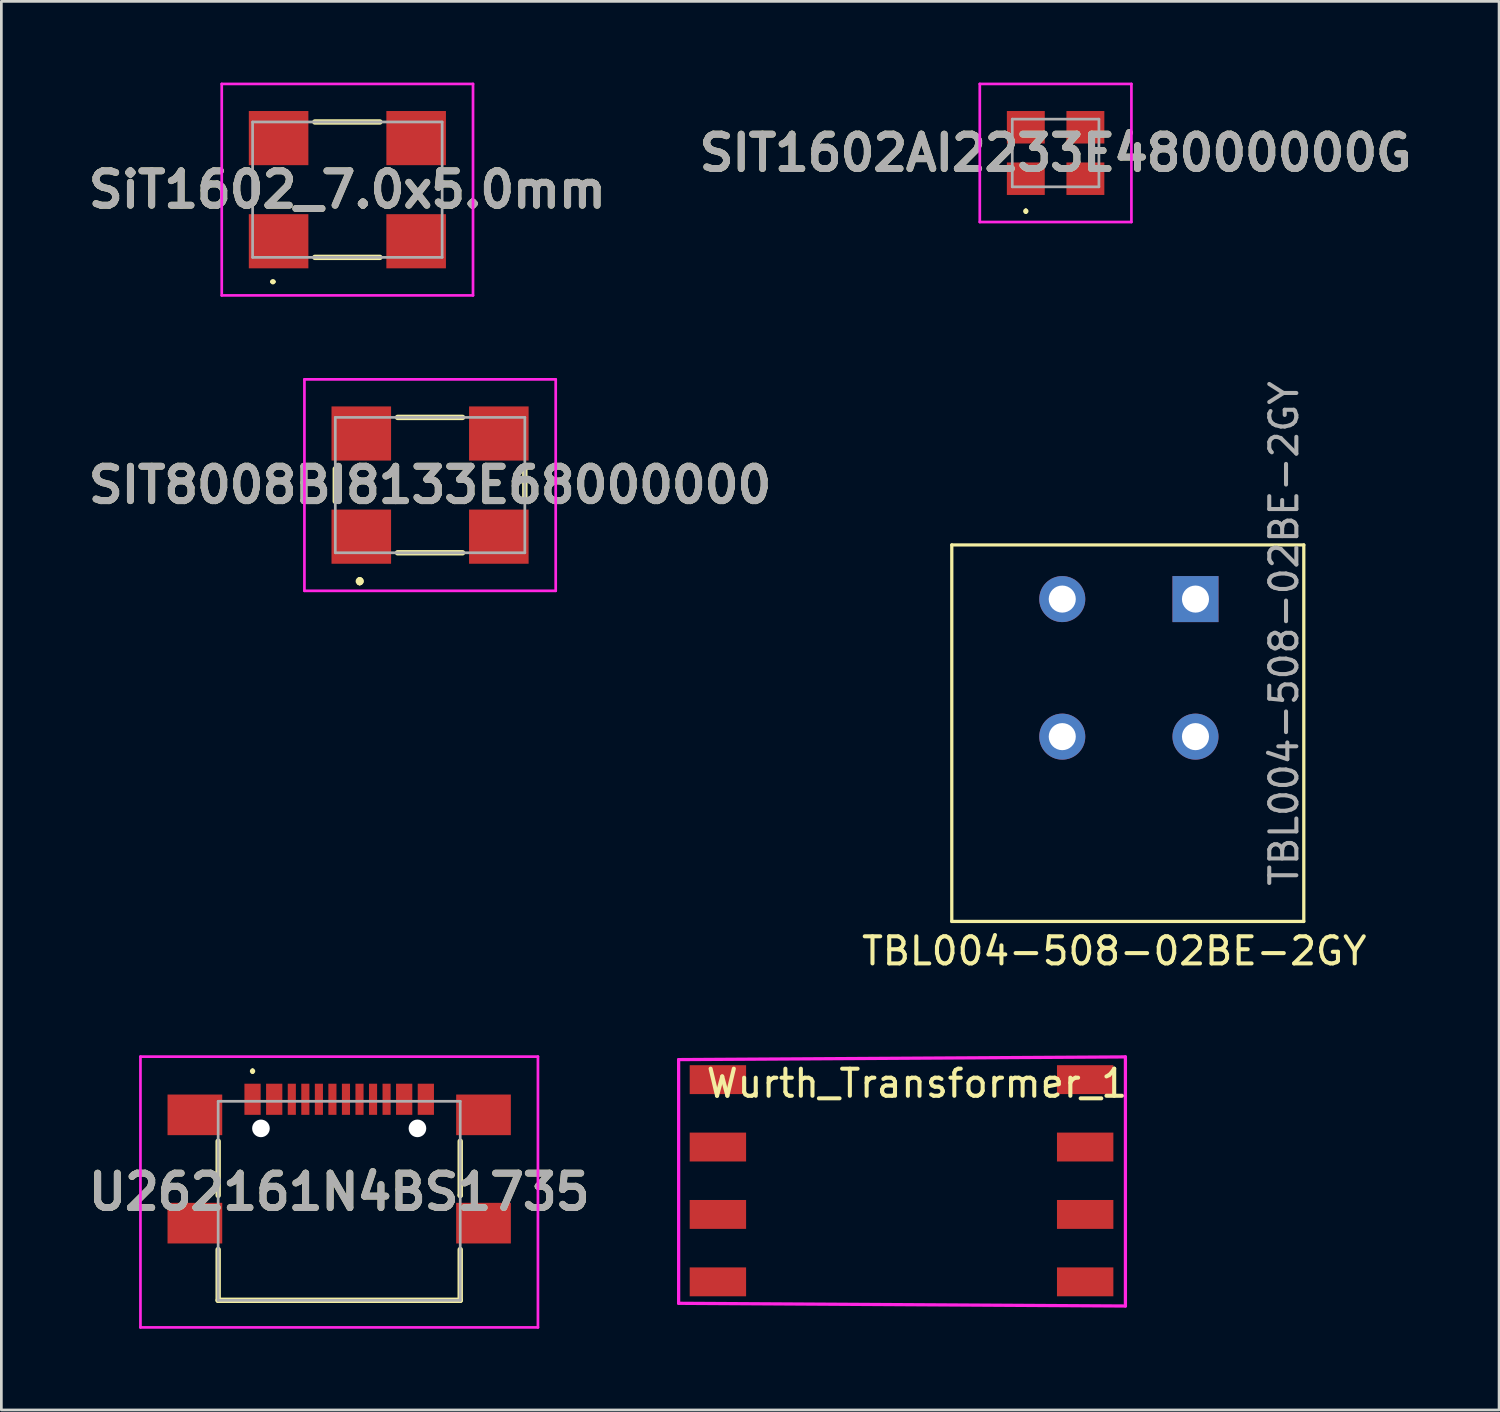
<source format=kicad_pcb>
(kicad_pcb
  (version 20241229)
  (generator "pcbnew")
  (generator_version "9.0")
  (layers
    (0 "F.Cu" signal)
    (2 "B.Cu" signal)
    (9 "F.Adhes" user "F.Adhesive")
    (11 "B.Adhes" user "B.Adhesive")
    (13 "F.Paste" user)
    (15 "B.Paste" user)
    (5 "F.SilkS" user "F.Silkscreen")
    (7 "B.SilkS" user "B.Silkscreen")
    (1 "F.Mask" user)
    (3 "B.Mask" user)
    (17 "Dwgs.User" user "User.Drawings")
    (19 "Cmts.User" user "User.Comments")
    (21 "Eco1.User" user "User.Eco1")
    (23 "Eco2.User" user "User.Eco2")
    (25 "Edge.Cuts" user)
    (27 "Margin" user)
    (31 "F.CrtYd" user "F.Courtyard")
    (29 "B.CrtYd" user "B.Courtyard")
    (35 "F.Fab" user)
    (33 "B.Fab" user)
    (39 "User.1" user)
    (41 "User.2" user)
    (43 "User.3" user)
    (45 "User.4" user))
  (footprint "TBL004-508-02BE-2GY"
    (layer "F.Cu")
    (at 36.101 19.075)
    (property "Reference" "TBL004-508-02BE-2GY" (at 2 13 0) (layer "F.SilkS") (effects (font (size 1 1) (thickness 0.15))))
    (attr through_hole)
    (fp_line (start -4 -2) (end 9 -2) (stroke (width 0.12) (type solid)) (layer "F.SilkS"))
    (fp_line (start -4 11.905) (end -4 -2) (stroke (width 0.12) (type solid)) (layer "F.SilkS"))
    (fp_line (start 9 -2) (end 9 11.905) (stroke (width 0.12) (type solid)) (layer "F.SilkS"))
    (fp_line (start 9 11.905) (end -4 11.905) (stroke (width 0.12) (type solid)) (layer "F.SilkS"))
    (fp_text user "${REFERENCE}" (at 8.27 1.27 90) (layer "F.Fab") (effects (font (size 1 1) (thickness 0.15))))
    (pad "1" thru_hole rect (at 5 0) (size 1.7 1.7) (drill 1) (layers "*.Cu" "*.Mask"))
    (pad "1" thru_hole oval (at 5 5.08 90) (size 1.7 1.7) (drill 1) (layers "*.Cu" "*.Mask"))
    (pad "2" thru_hole oval (at 0.08 0) (size 1.7 1.7) (drill 1) (layers "*.Cu" "*.Mask"))
    (pad "2" thru_hole oval (at 0.08 5.08) (size 1.7 1.7) (drill 1) (layers "*.Cu" "*.Mask")))
  (footprint "SIT8008BI8133E68000000"
    (layer "F.Cu")
    (at 12.833 14.865)
    (property "Reference" "SIT8008BI8133E68000000" (at 0 0 0) (layer "F.SilkS") (effects (font (size 1.27 1.27) (thickness 0.254))))
    (attr smd)
    (fp_line (start -3.5 -0.6) (end -3.5 0.6) (stroke (width 0.2) (type solid)) (layer "F.SilkS"))
    (fp_line (start -2.6 3.5) (end -2.6 3.5) (stroke (width 0.2) (type solid)) (layer "F.SilkS"))
    (fp_line (start -2.6 3.6) (end -2.6 3.6) (stroke (width 0.2) (type solid)) (layer "F.SilkS"))
    (fp_line (start -2.6 3.6) (end -2.6 3.6) (stroke (width 0.2) (type solid)) (layer "F.SilkS"))
    (fp_line (start -1.2 -2.5) (end 1.2 -2.5) (stroke (width 0.2) (type solid)) (layer "F.SilkS"))
    (fp_line (start -1.2 2.5) (end 1.2 2.5) (stroke (width 0.2) (type solid)) (layer "F.SilkS"))
    (fp_line (start 3.5 0.6) (end 3.5 -0.6) (stroke (width 0.2) (type solid)) (layer "F.SilkS"))
    (fp_arc (start -2.6 3.5) (mid -2.55 3.55) (end -2.6 3.6) (stroke (width 0.2) (type solid)) (layer "F.SilkS"))
    (fp_arc (start -2.6 3.5) (mid -2.55 3.55) (end -2.6 3.6) (stroke (width 0.2) (type solid)) (layer "F.SilkS"))
    (fp_arc (start -2.6 3.6) (mid -2.65 3.55) (end -2.6 3.5) (stroke (width 0.2) (type solid)) (layer "F.SilkS"))
    (fp_line (start -4.64 -3.905) (end 4.64 -3.905) (stroke (width 0.1) (type solid)) (layer "F.CrtYd"))
    (fp_line (start -4.64 3.905) (end -4.64 -3.905) (stroke (width 0.1) (type solid)) (layer "F.CrtYd"))
    (fp_line (start 4.64 -3.905) (end 4.64 3.905) (stroke (width 0.1) (type solid)) (layer "F.CrtYd"))
    (fp_line (start 4.64 3.905) (end -4.64 3.905) (stroke (width 0.1) (type solid)) (layer "F.CrtYd"))
    (fp_line (start -3.5 -2.5) (end -3.5 2.5) (stroke (width 0.1) (type solid)) (layer "F.Fab"))
    (fp_line (start -3.5 2.5) (end 3.5 2.5) (stroke (width 0.1) (type solid)) (layer "F.Fab"))
    (fp_line (start 3.5 -2.5) (end -3.5 -2.5) (stroke (width 0.1) (type solid)) (layer "F.Fab"))
    (fp_line (start 3.5 2.5) (end 3.5 -2.5) (stroke (width 0.1) (type solid)) (layer "F.Fab"))
    (fp_text user "${REFERENCE}" (at 0 0 0) (layer "F.Fab") (effects (font (size 1.27 1.27) (thickness 0.254))))
    (pad "1" smd rect (at -2.54 1.905 90) (size 2 2.2) (layers "F.Cu" "F.Mask" "F.Paste"))
    (pad "2" smd rect (at 2.54 1.905 90) (size 2 2.2) (layers "F.Cu" "F.Mask" "F.Paste"))
    (pad "3" smd rect (at 2.54 -1.905 90) (size 2 2.2) (layers "F.Cu" "F.Mask" "F.Paste"))
    (pad "4" smd rect (at -2.54 -1.905 90) (size 2 2.2) (layers "F.Cu" "F.Mask" "F.Paste")))
  (footprint "SiT1602_7.0x5.0mm"
    (layer "F.Cu")
    (at 9.779 3.955)
    (property "Reference" "SiT1602_7.0x5.0mm" (at 0 0 0) (layer "F.SilkS") (effects (font (size 1.27 1.27) (thickness 0.254))))
    (attr smd)
    (fp_line (start -2.8 3.4) (end -2.8 3.4) (stroke (width 0.1) (type solid)) (layer "F.SilkS"))
    (fp_line (start -2.7 3.4) (end -2.7 3.4) (stroke (width 0.1) (type solid)) (layer "F.SilkS"))
    (fp_line (start -1.2 -2.5) (end 1.2 -2.5) (stroke (width 0.2) (type solid)) (layer "F.SilkS"))
    (fp_line (start -1.2 2.5) (end 1.2 2.5) (stroke (width 0.2) (type solid)) (layer "F.SilkS"))
    (fp_arc (start -2.8 3.4) (mid -2.75 3.35) (end -2.7 3.4) (stroke (width 0.1) (type solid)) (layer "F.SilkS"))
    (fp_arc (start -2.7 3.4) (mid -2.75 3.45) (end -2.8 3.4) (stroke (width 0.1) (type solid)) (layer "F.SilkS"))
    (fp_line (start -4.64 -3.905) (end 4.64 -3.905) (stroke (width 0.1) (type solid)) (layer "F.CrtYd"))
    (fp_line (start -4.64 3.905) (end -4.64 -3.905) (stroke (width 0.1) (type solid)) (layer "F.CrtYd"))
    (fp_line (start 4.64 -3.905) (end 4.64 3.905) (stroke (width 0.1) (type solid)) (layer "F.CrtYd"))
    (fp_line (start 4.64 3.905) (end -4.64 3.905) (stroke (width 0.1) (type solid)) (layer "F.CrtYd"))
    (fp_line (start -3.5 -2.5) (end 3.5 -2.5) (stroke (width 0.1) (type solid)) (layer "F.Fab"))
    (fp_line (start -3.5 2.5) (end -3.5 -2.5) (stroke (width 0.1) (type solid)) (layer "F.Fab"))
    (fp_line (start 3.5 -2.5) (end 3.5 2.5) (stroke (width 0.1) (type solid)) (layer "F.Fab"))
    (fp_line (start 3.5 2.5) (end -3.5 2.5) (stroke (width 0.1) (type solid)) (layer "F.Fab"))
    (fp_text user "${REFERENCE}" (at 0 0 0) (layer "F.Fab") (effects (font (size 1.27 1.27) (thickness 0.254))))
    (pad "1" smd rect (at -2.54 1.905 90) (size 2 2.2) (layers "F.Cu" "F.Mask" "F.Paste"))
    (pad "2" smd rect (at 2.54 1.905 90) (size 2 2.2) (layers "F.Cu" "F.Mask" "F.Paste"))
    (pad "3" smd rect (at 2.54 -1.905 90) (size 2 2.2) (layers "F.Cu" "F.Mask" "F.Paste"))
    (pad "4" smd rect (at -2.54 -1.905 90) (size 2 2.2) (layers "F.Cu" "F.Mask" "F.Paste")))
  (footprint "SIT1602AI2233E48000000G"
    (layer "F.Cu")
    (at 35.935 2.6)
    (property "Reference" "SIT1602AI2233E48000000G" (at 0 0 0) (layer "F.SilkS") (effects (font (size 1.27 1.27) (thickness 0.254))))
    (attr smd)
    (fp_line (start -1.1 2.1) (end -1.1 2.1) (stroke (width 0.1) (type solid)) (layer "F.SilkS"))
    (fp_line (start -1.1 2.2) (end -1.1 2.2) (stroke (width 0.1) (type solid)) (layer "F.SilkS"))
    (fp_arc (start -1.1 2.1) (mid -1.05 2.15) (end -1.1 2.2) (stroke (width 0.1) (type solid)) (layer "F.SilkS"))
    (fp_arc (start -1.1 2.2) (mid -1.15 2.15) (end -1.1 2.1) (stroke (width 0.1) (type solid)) (layer "F.SilkS"))
    (fp_line (start -2.8 -2.55) (end 2.8 -2.55) (stroke (width 0.1) (type solid)) (layer "F.CrtYd"))
    (fp_line (start -2.8 2.55) (end -2.8 -2.55) (stroke (width 0.1) (type solid)) (layer "F.CrtYd"))
    (fp_line (start 2.8 -2.55) (end 2.8 2.55) (stroke (width 0.1) (type solid)) (layer "F.CrtYd"))
    (fp_line (start 2.8 2.55) (end -2.8 2.55) (stroke (width 0.1) (type solid)) (layer "F.CrtYd"))
    (fp_line (start -1.6 -1.25) (end -1.6 1.25) (stroke (width 0.1) (type solid)) (layer "F.Fab"))
    (fp_line (start -1.6 1.25) (end 1.6 1.25) (stroke (width 0.1) (type solid)) (layer "F.Fab"))
    (fp_line (start 1.6 -1.25) (end -1.6 -1.25) (stroke (width 0.1) (type solid)) (layer "F.Fab"))
    (fp_line (start 1.6 1.25) (end 1.6 -1.25) (stroke (width 0.1) (type solid)) (layer "F.Fab"))
    (fp_text user "${REFERENCE}" (at 0 0 0) (layer "F.Fab") (effects (font (size 1.27 1.27) (thickness 0.254))))
    (pad "1" smd rect (at -1.1 0.95 90) (size 1.2 1.4) (layers "F.Cu" "F.Mask" "F.Paste"))
    (pad "2" smd rect (at 1.1 0.95 90) (size 1.2 1.4) (layers "F.Cu" "F.Mask" "F.Paste"))
    (pad "3" smd rect (at 1.1 -0.95 90) (size 1.2 1.4) (layers "F.Cu" "F.Mask" "F.Paste"))
    (pad "4" smd rect (at -1.1 -0.95 90) (size 1.2 1.4) (layers "F.Cu" "F.Mask" "F.Paste")))
  (footprint "Wurth_Transformer_1"
    (layer "F.Cu")
    (at 30.413 36.783)
    (property "Reference" "Wurth_Transformer_1" (at 0.4 0.18 0) (layer "F.SilkS") (effects (font (size 1 1) (thickness 0.15))))
    (attr through_hole)
    (fp_line (start -8.4 -0.7) (end 8.1 -0.8) (stroke (width 0.12) (type solid)) (layer "F.CrtYd"))
    (fp_line (start -8.4 8.3) (end -8.4 -0.7) (stroke (width 0.12) (type solid)) (layer "F.CrtYd"))
    (fp_line (start 8.1 -0.8) (end 8.1 8.4) (stroke (width 0.12) (type solid)) (layer "F.CrtYd"))
    (fp_line (start 8.1 8.4) (end -8.4 8.3) (stroke (width 0.12) (type solid)) (layer "F.CrtYd"))
    (pad "1" smd rect (at -6.95 7.508 90) (size 1.067 2.083) (layers "F.Cu" "F.Mask" "F.Paste"))
    (pad "2" smd rect (at -6.95 5.018 90) (size 1.067 2.083) (layers "F.Cu" "F.Mask" "F.Paste"))
    (pad "3" smd rect (at -6.95 2.529 90) (size 1.067 2.083) (layers "F.Cu" "F.Mask" "F.Paste"))
    (pad "4" smd rect (at -6.95 0.04 90) (size 1.067 2.083) (layers "F.Cu" "F.Mask" "F.Paste"))
    (pad "5" smd rect (at 6.614 0.04 90) (size 1.067 2.083) (layers "F.Cu" "F.Mask" "F.Paste"))
    (pad "6" smd rect (at 6.614 2.529 90) (size 1.067 2.083) (layers "F.Cu" "F.Mask" "F.Paste"))
    (pad "7" smd rect (at 6.614 5.018 90) (size 1.067 2.083) (layers "F.Cu" "F.Mask" "F.Paste"))
    (pad "8" smd rect (at 6.614 7.508 90) (size 1.067 2.083) (layers "F.Cu" "F.Mask" "F.Paste")))
  (footprint "U262161N4BS1735"
    (layer "F.Cu")
    (at 9.477 41.298)
    (property "Reference" "U262161N4BS1735" (at 0 -0.325 0) (layer "F.SilkS") (effects (font (size 1.27 1.27) (thickness 0.254))))
    (attr through_hole)
    (fp_line (start -4.47 -2.2) (end -4.47 -0.2) (stroke (width 0.2) (type solid)) (layer "F.SilkS"))
    (fp_line (start -4.47 1.8) (end -4.47 3.675) (stroke (width 0.2) (type solid)) (layer "F.SilkS"))
    (fp_line (start -4.47 3.675) (end 4.47 3.675) (stroke (width 0.2) (type solid)) (layer "F.SilkS"))
    (fp_line (start -3.2 -4.838) (end -3.2 -4.838) (stroke (width 0.1) (type solid)) (layer "F.SilkS"))
    (fp_line (start -3.2 -4.738) (end -3.2 -4.738) (stroke (width 0.1) (type solid)) (layer "F.SilkS"))
    (fp_line (start 4.47 -0.2) (end 4.47 -2.2) (stroke (width 0.2) (type solid)) (layer "F.SilkS"))
    (fp_line (start 4.47 -0.2) (end 4.47 -0.2) (stroke (width 0.2) (type solid)) (layer "F.SilkS"))
    (fp_line (start 4.47 3.675) (end 4.47 1.8) (stroke (width 0.2) (type solid)) (layer "F.SilkS"))
    (fp_arc (start -3.2 -4.838) (mid -3.15 -4.788) (end -3.2 -4.738) (stroke (width 0.1) (type solid)) (layer "F.SilkS"))
    (fp_arc (start -3.2 -4.738) (mid -3.25 -4.788) (end -3.2 -4.838) (stroke (width 0.1) (type solid)) (layer "F.SilkS"))
    (fp_line (start -7.34 -5.325) (end 7.34 -5.325) (stroke (width 0.1) (type solid)) (layer "F.CrtYd"))
    (fp_line (start -7.34 4.675) (end -7.34 -5.325) (stroke (width 0.1) (type solid)) (layer "F.CrtYd"))
    (fp_line (start 7.34 -5.325) (end 7.34 4.675) (stroke (width 0.1) (type solid)) (layer "F.CrtYd"))
    (fp_line (start 7.34 4.675) (end -7.34 4.675) (stroke (width 0.1) (type solid)) (layer "F.CrtYd"))
    (fp_line (start -4.47 -3.675) (end 4.47 -3.675) (stroke (width 0.1) (type solid)) (layer "F.Fab"))
    (fp_line (start -4.47 3.675) (end -4.47 -3.675) (stroke (width 0.1) (type solid)) (layer "F.Fab"))
    (fp_line (start 4.47 -3.675) (end 4.47 3.675) (stroke (width 0.1) (type solid)) (layer "F.Fab"))
    (fp_line (start 4.47 3.675) (end -4.47 3.675) (stroke (width 0.1) (type solid)) (layer "F.Fab"))
    (fp_text user "${REFERENCE}" (at 0 -0.325 0) (layer "F.Fab") (effects (font (size 1.27 1.27) (thickness 0.254))))
    (pad "" np_thru_hole circle (at -2.89 -2.675) (size 0.65 0.65) (drill 0.65) (layers "*.Cu" "*.Mask"))
    (pad "" np_thru_hole circle (at 2.89 -2.675) (size 0.65 0.65) (drill 0.65) (layers "*.Cu" "*.Mask"))
    (pad "A1" smd rect (at -3.2 -3.75) (size 0.6 1.15) (layers "F.Cu" "F.Mask" "F.Paste"))
    (pad "A4" smd rect (at -2.4 -3.75) (size 0.6 1.15) (layers "F.Cu" "F.Mask" "F.Paste"))
    (pad "A5" smd rect (at -1.25 -3.75) (size 0.3 1.15) (layers "F.Cu" "F.Mask" "F.Paste"))
    (pad "A6" smd rect (at -0.25 -3.75) (size 0.3 1.15) (layers "F.Cu" "F.Mask" "F.Paste"))
    (pad "A7" smd rect (at 0.25 -3.75) (size 0.3 1.15) (layers "F.Cu" "F.Mask" "F.Paste"))
    (pad "A8" smd rect (at 1.25 -3.75) (size 0.3 1.15) (layers "F.Cu" "F.Mask" "F.Paste"))
    (pad "A9" smd rect (at 2.4 -3.75) (size 0.6 1.15) (layers "F.Cu" "F.Mask" "F.Paste"))
    (pad "A12" smd rect (at 3.2 -3.75) (size 0.6 1.15) (layers "F.Cu" "F.Mask" "F.Paste"))
    (pad "B5" smd rect (at 1.75 -3.75) (size 0.3 1.15) (layers "F.Cu" "F.Mask" "F.Paste"))
    (pad "B6" smd rect (at 0.75 -3.75) (size 0.3 1.15) (layers "F.Cu" "F.Mask" "F.Paste"))
    (pad "B7" smd rect (at -0.75 -3.75) (size 0.3 1.15) (layers "F.Cu" "F.Mask" "F.Paste"))
    (pad "B8" smd rect (at -1.75 -3.75) (size 0.3 1.15) (layers "F.Cu" "F.Mask" "F.Paste"))
    (pad "MP1" smd rect (at -5.33 -3.175 90) (size 1.5 2.02) (layers "F.Cu" "F.Mask" "F.Paste"))
    (pad "MP2" smd rect (at 5.33 -3.175 90) (size 1.5 2.02) (layers "F.Cu" "F.Mask" "F.Paste"))
    (pad "MP3" smd rect (at -5.33 0.825 90) (size 1.5 2.02) (layers "F.Cu" "F.Mask" "F.Paste"))
    (pad "MP4" smd rect (at 5.33 0.825 90) (size 1.5 2.02) (layers "F.Cu" "F.Mask" "F.Paste")))
  (gr_rect
    (start -3 -3)
    (end 52.313 49.023)
    (stroke (width 0.1) (type default))
    (fill no)
    (layer "Edge.Cuts")))
</source>
